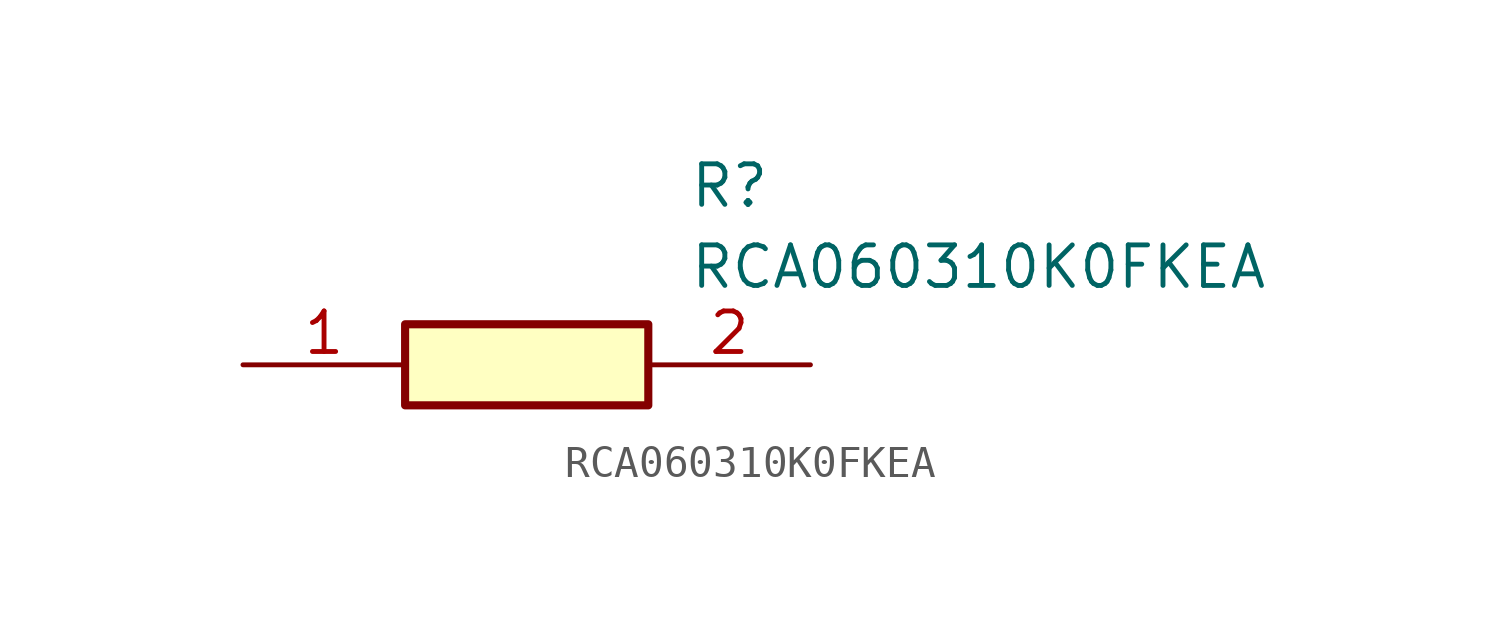
<source format=kicad_sym>
(kicad_symbol_lib
  (version 20211014)
  (generator SamacSys_ECAD_Model)
  (symbol "RCA060310K0FKEA"
    (pin_names hide)
    (property "Reference" "R"
      (at 13.97 6.35 0)
      (effects (font (size 1.27 1.27)) (justify left top)))
    (property "Value" "RCA060310K0FKEA"
      (at 13.97 3.81 0)
      (effects (font (size 1.27 1.27)) (justify left top)))
    (rectangle
      (start 5.08 1.27)
      (end 12.7 -1.27)
      (stroke (width 0.254) (type default))
      (fill (type background)))
    (pin passive line
      (at 0 0 0)
      (length 5.08)
      (name "1" (effects (font (size 1.27 1.27))))
      (number "1" (effects (font (size 1.27 1.27)))))
    (pin passive line
      (at 17.78 0 180)
      (length 5.08)
      (name "2" (effects (font (size 1.27 1.27))))
      (number "2" (effects (font (size 1.27 1.27)))))))
</source>
